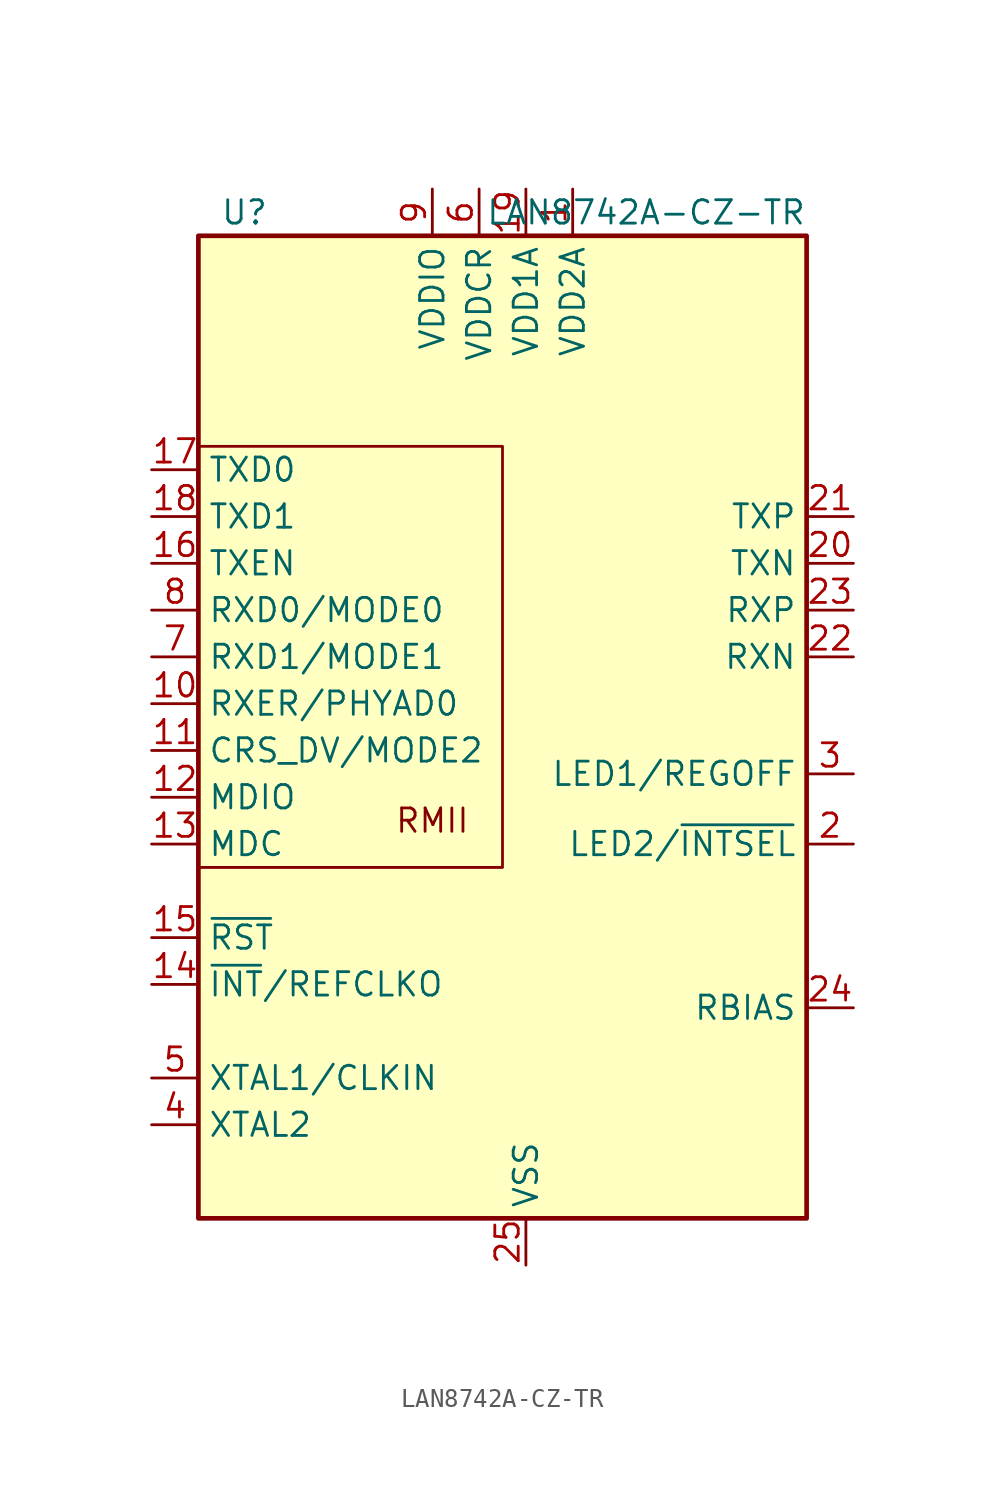
<source format=kicad_sym>
(kicad_symbol_lib
  (version 20231120)
  (generator "kicad_symbol_editor")
  (generator_version "8.0")
  (symbol "LAN8742A-CZ-TR"
    (property "Reference" "U"
      (at -13.97 29.21 0)
      (effects (font (size 1.27 1.27)) (justify right)))
    (property "Value" "LAN8742A-CZ-TR"
      (at 15.24 29.21 0)
      (effects (font (size 1.27 1.27)) (justify right)))
    (symbol "LAN8742A-CZ-TR_0_0"
      (text "RMII" (at -5.08 -3.81 0) (effects (font (size 1.27 1.27)))))
    (symbol "LAN8742A-CZ-TR_0_1"
      (rectangle (start -17.78 27.94) (end 15.24 -25.4) (stroke (width 0.254) (type default)) (fill (type background)))
      (polyline (pts (xy -17.78 -6.35) (xy -1.27 -6.35) (xy -1.27 16.51) (xy -17.78 16.51)) (stroke (width 0) (type default)) (fill (type none))))
    (symbol "LAN8742A-CZ-TR_1_1"
      (pin power_in line (at 2.54 30.48 270) (length 2.54) (name "VDD2A" (effects (font (size 1.27 1.27)))) (number "1" (effects (font (size 1.27 1.27)))))
      (pin output line (at -20.32 2.54 0) (length 2.54) (name "RXER/PHYAD0" (effects (font (size 1.27 1.27)))) (number "10" (effects (font (size 1.27 1.27)))))
      (pin bidirectional line (at -20.32 0 0) (length 2.54) (name "CRS_DV/MODE2" (effects (font (size 1.27 1.27)))) (number "11" (effects (font (size 1.27 1.27)))))
      (pin bidirectional line (at -20.32 -2.54 0) (length 2.54) (name "MDIO" (effects (font (size 1.27 1.27)))) (number "12" (effects (font (size 1.27 1.27)))))
      (pin input line (at -20.32 -5.08 0) (length 2.54) (name "MDC" (effects (font (size 1.27 1.27)))) (number "13" (effects (font (size 1.27 1.27)))))
      (pin output line (at -20.32 -12.7 0) (length 2.54) (name "~{INT}/REFCLKO" (effects (font (size 1.27 1.27)))) (number "14" (effects (font (size 1.27 1.27)))))
      (pin input line (at -20.32 -10.16 0) (length 2.54) (name "~{RST}" (effects (font (size 1.27 1.27)))) (number "15" (effects (font (size 1.27 1.27)))))
      (pin input line (at -20.32 10.16 0) (length 2.54) (name "TXEN" (effects (font (size 1.27 1.27)))) (number "16" (effects (font (size 1.27 1.27)))))
      (pin input line (at -20.32 15.24 0) (length 2.54) (name "TXD0" (effects (font (size 1.27 1.27)))) (number "17" (effects (font (size 1.27 1.27)))))
      (pin input line (at -20.32 12.7 0) (length 2.54) (name "TXD1" (effects (font (size 1.27 1.27)))) (number "18" (effects (font (size 1.27 1.27)))))
      (pin power_in line (at 0 30.48 270) (length 2.54) (name "VDD1A" (effects (font (size 1.27 1.27)))) (number "19" (effects (font (size 1.27 1.27)))))
      (pin bidirectional line (at 17.78 -5.08 180) (length 2.54) (name "LED2/~{INTSEL}" (effects (font (size 1.27 1.27)))) (number "2" (effects (font (size 1.27 1.27)))) (alternate "~{INT}/~{INTSEL}" output line) (alternate "~{PME}/~{INTSEL}" output line))
      (pin passive line (at 17.78 10.16 180) (length 2.54) (name "TXN" (effects (font (size 1.27 1.27)))) (number "20" (effects (font (size 1.27 1.27)))))
      (pin passive line (at 17.78 12.7 180) (length 2.54) (name "TXP" (effects (font (size 1.27 1.27)))) (number "21" (effects (font (size 1.27 1.27)))))
      (pin passive line (at 17.78 5.08 180) (length 2.54) (name "RXN" (effects (font (size 1.27 1.27)))) (number "22" (effects (font (size 1.27 1.27)))))
      (pin passive line (at 17.78 7.62 180) (length 2.54) (name "RXP" (effects (font (size 1.27 1.27)))) (number "23" (effects (font (size 1.27 1.27)))))
      (pin passive line (at 17.78 -13.97 180) (length 2.54) (name "RBIAS" (effects (font (size 1.27 1.27)))) (number "24" (effects (font (size 1.27 1.27)))))
      (pin power_in line (at 0 -27.94 90) (length 2.54) (name "VSS" (effects (font (size 1.27 1.27)))) (number "25" (effects (font (size 1.27 1.27)))))
      (pin bidirectional line (at 17.78 -1.27 180) (length 2.54) (name "LED1/REGOFF" (effects (font (size 1.27 1.27)))) (number "3" (effects (font (size 1.27 1.27)))) (alternate "~{INT}/REGOFF" bidirectional line) (alternate "~{PME}/REGOFF" bidirectional line))
      (pin output line (at -20.32 -20.32 0) (length 2.54) (name "XTAL2" (effects (font (size 1.27 1.27)))) (number "4" (effects (font (size 1.27 1.27)))))
      (pin input line (at -20.32 -17.78 0) (length 2.54) (name "XTAL1/CLKIN" (effects (font (size 1.27 1.27)))) (number "5" (effects (font (size 1.27 1.27)))))
      (pin power_in line (at -2.54 30.48 270) (length 2.54) (name "VDDCR" (effects (font (size 1.27 1.27)))) (number "6" (effects (font (size 1.27 1.27)))))
      (pin bidirectional line (at -20.32 5.08 0) (length 2.54) (name "RXD1/MODE1" (effects (font (size 1.27 1.27)))) (number "7" (effects (font (size 1.27 1.27)))))
      (pin bidirectional line (at -20.32 7.62 0) (length 2.54) (name "RXD0/MODE0" (effects (font (size 1.27 1.27)))) (number "8" (effects (font (size 1.27 1.27)))))
      (pin power_in line (at -5.08 30.48 270) (length 2.54) (name "VDDIO" (effects (font (size 1.27 1.27)))) (number "9" (effects (font (size 1.27 1.27))))))))
</source>
